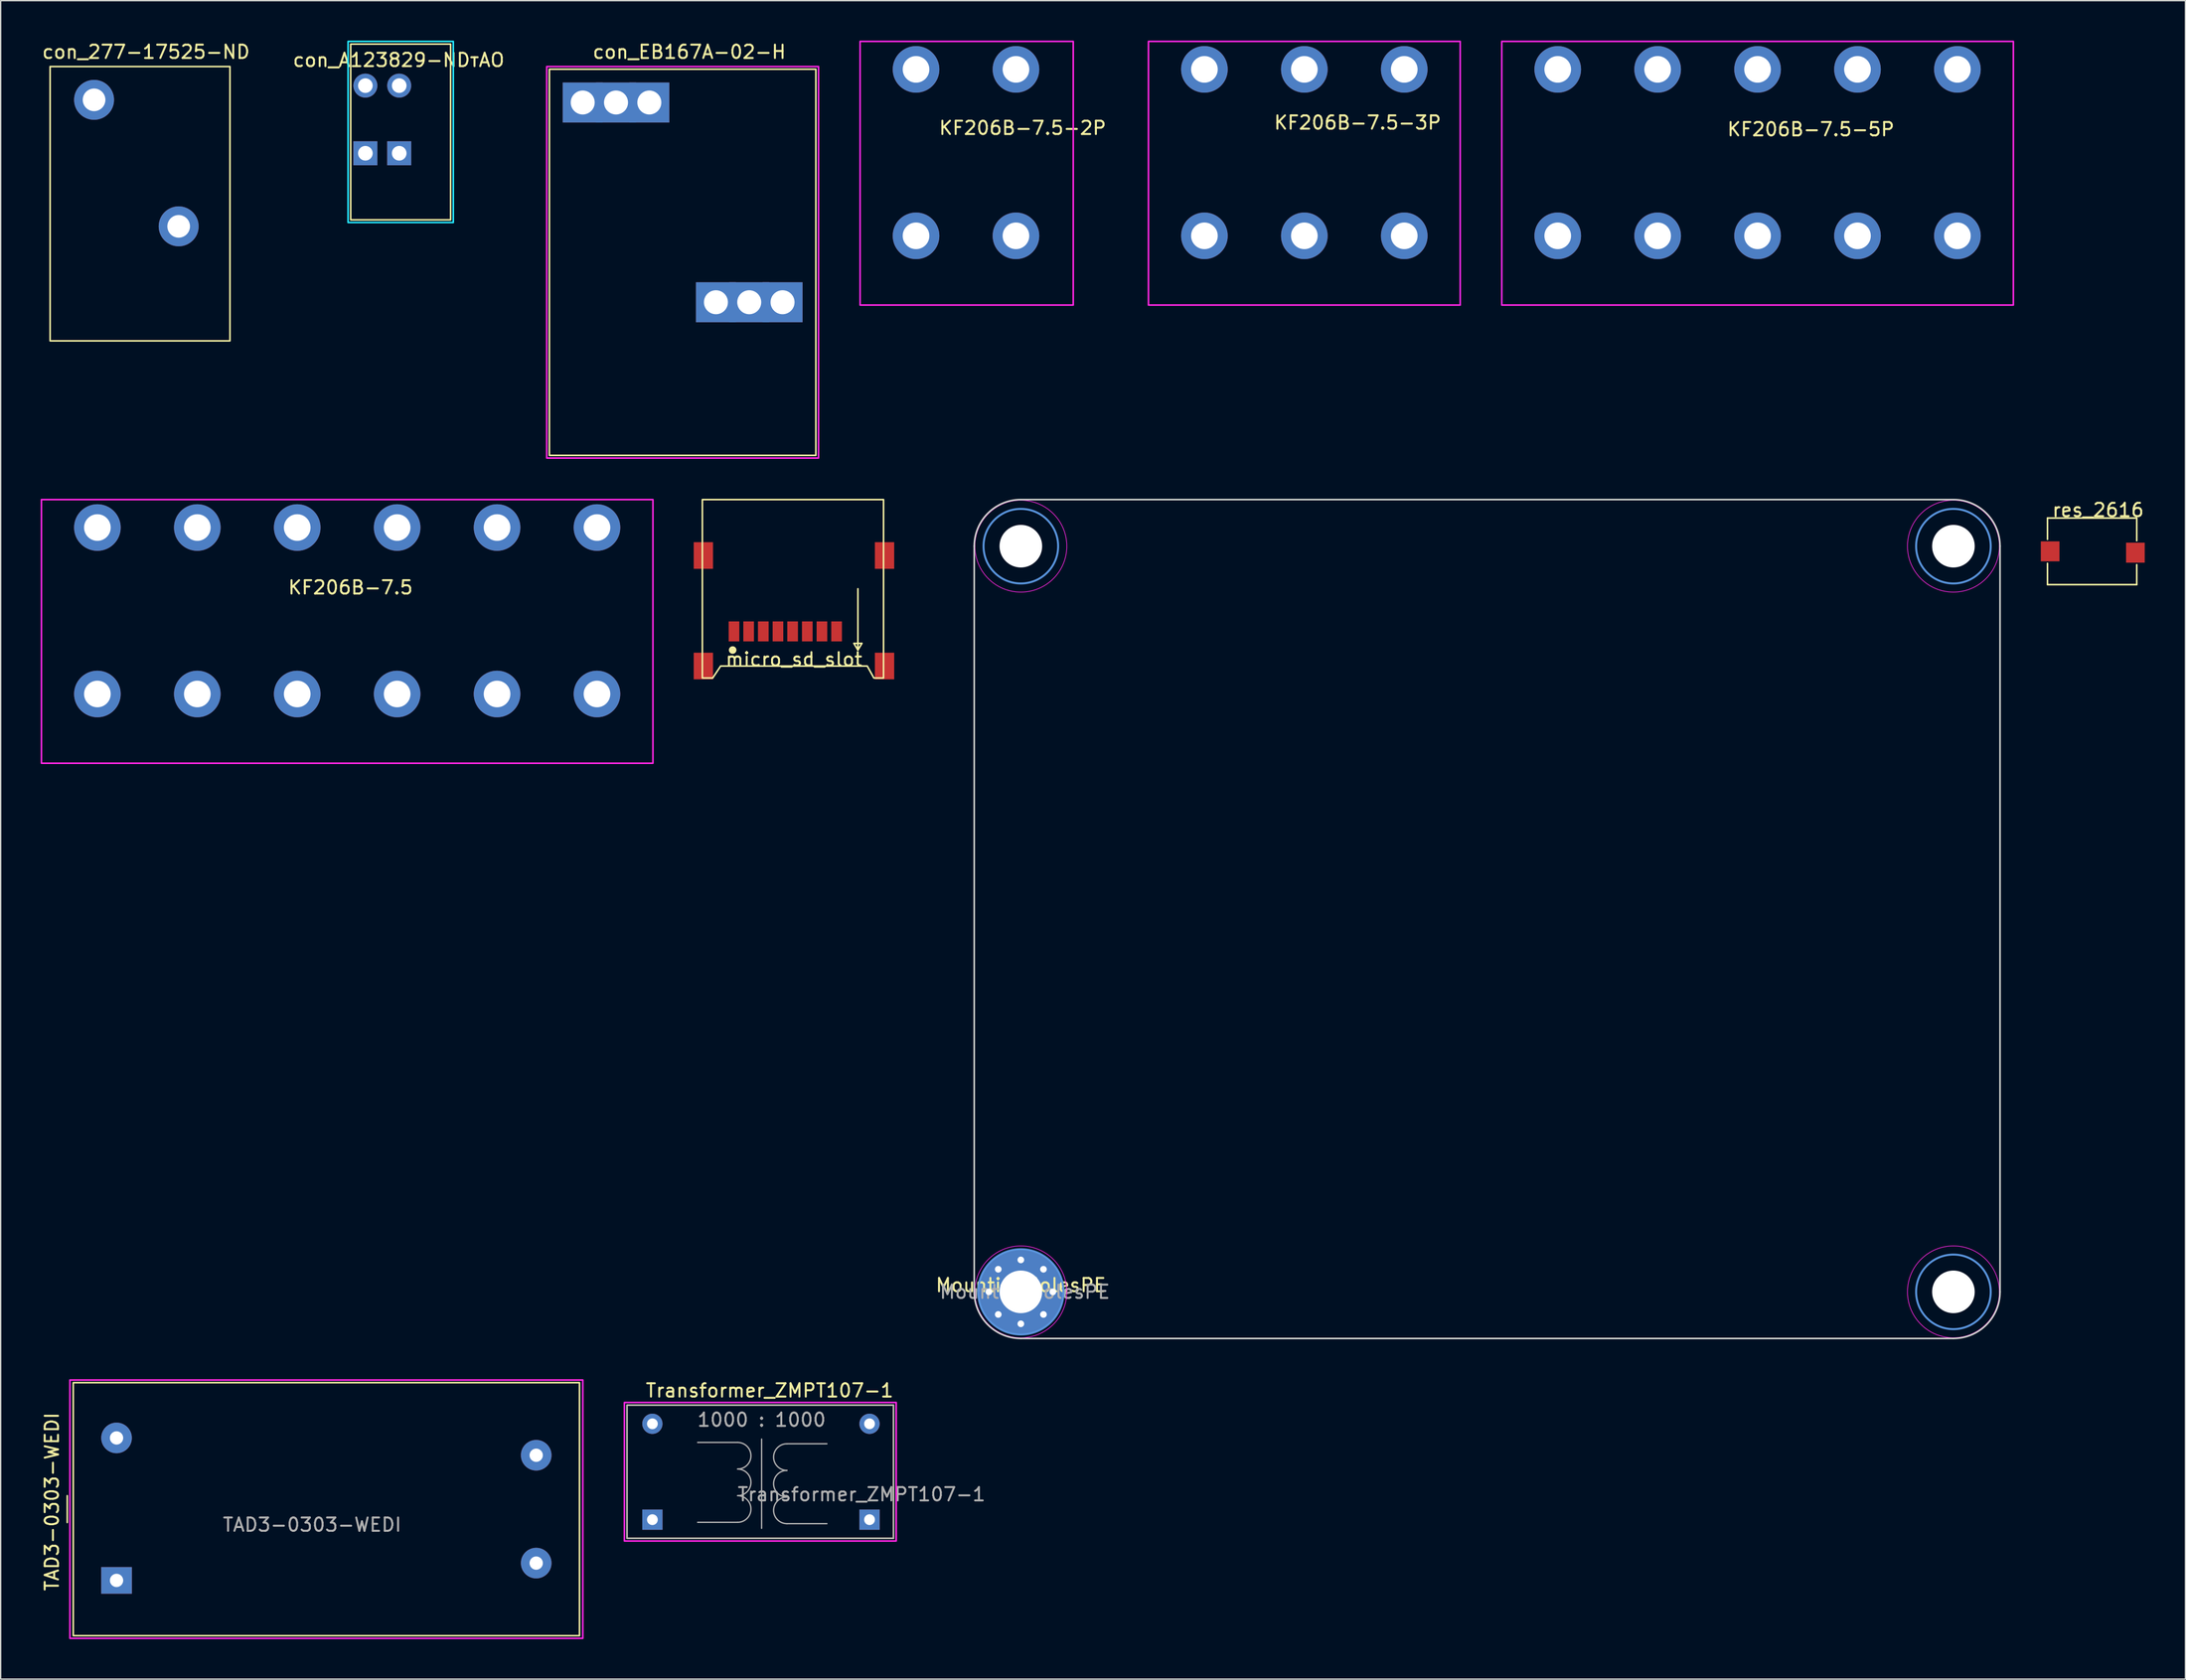
<source format=kicad_pcb>
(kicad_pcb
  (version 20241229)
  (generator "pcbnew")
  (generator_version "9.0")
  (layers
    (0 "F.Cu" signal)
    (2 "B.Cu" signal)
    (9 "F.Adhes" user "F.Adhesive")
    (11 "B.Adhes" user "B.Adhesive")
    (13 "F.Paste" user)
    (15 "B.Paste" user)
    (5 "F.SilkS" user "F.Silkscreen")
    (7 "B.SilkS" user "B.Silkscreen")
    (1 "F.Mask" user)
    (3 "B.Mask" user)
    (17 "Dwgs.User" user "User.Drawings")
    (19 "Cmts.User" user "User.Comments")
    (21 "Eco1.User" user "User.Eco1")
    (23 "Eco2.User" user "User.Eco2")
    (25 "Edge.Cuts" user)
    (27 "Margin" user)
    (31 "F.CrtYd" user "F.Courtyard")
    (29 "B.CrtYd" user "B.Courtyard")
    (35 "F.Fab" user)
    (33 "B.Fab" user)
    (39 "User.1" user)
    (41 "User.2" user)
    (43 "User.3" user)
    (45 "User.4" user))
  (footprint "con_277-17525-ND"
    (layer "F.Cu")
    (at 7.611 11.348)
    (property "Reference" "con_277-17525-ND" (at 0.3 -10.5 0) (unlocked yes) (layer "F.SilkS") (effects (font (size 1 1) (thickness 0.15))))
    (fp_rect (start -6.9 -9.4) (end 6.6 11.2) (stroke (width 0.12) (type solid)) (fill no) (layer "F.SilkS"))
    (pad "1" thru_hole circle (at -3.6 -6.9) (size 3 3) (drill 1.7) (layers "*.Cu" "*.Mask"))
    (pad "2" thru_hole circle (at 2.75 2.6) (size 3 3) (drill 1.7) (layers "*.Cu" "*.Mask")))
  (footprint "KF206B-7.5-2P"
    (layer "F.Cu")
    (at 69.709 8.96)
    (property "Reference" "KF206B-7.5-2P" (at 4 -2.4 0) (unlocked yes) (layer "F.SilkS") (effects (font (size 1 1) (thickness 0.15))))
    (fp_rect (start -8.2 -8.9) (end 7.8 10.9) (stroke (width 0.12) (type solid)) (fill no) (layer "F.CrtYd"))
    (pad "1" thru_hole circle (at -4 -6.8) (size 3.5 3.5) (drill 2) (layers "*.Cu" "*.Mask"))
    (pad "1" thru_hole circle (at -4 5.7) (size 3.5 3.5) (drill 2) (layers "*.Cu" "*.Mask"))
    (pad "2" thru_hole circle (at 3.5 -6.8) (size 3.5 3.5) (drill 2) (layers "*.Cu" "*.Mask"))
    (pad "2" thru_hole circle (at 3.5 5.7) (size 3.5 3.5) (drill 2) (layers "*.Cu" "*.Mask")))
  (footprint "res_2616"
    (layer "F.Cu")
    (at 154.136 38.356)
    (property "Reference" "res_2616" (at 0.3 -3.1 0) (unlocked yes) (layer "F.SilkS") (effects (font (size 1 1) (thickness 0.15))))
    (fp_line (start -3.5 -2.5) (end -3.5 -0.9) (stroke (width 0.12) (type solid)) (layer "F.SilkS"))
    (fp_line (start -3.5 -2.5) (end 3.2 -2.5) (stroke (width 0.12) (type solid)) (layer "F.SilkS"))
    (fp_line (start -3.5 2.5) (end -3.5 0.9) (stroke (width 0.12) (type solid)) (layer "F.SilkS"))
    (fp_line (start -3.5 2.5) (end 3.2 2.5) (stroke (width 0.12) (type solid)) (layer "F.SilkS"))
    (fp_line (start 3.2 -2.5) (end 3.2 -0.8) (stroke (width 0.12) (type solid)) (layer "F.SilkS"))
    (fp_line (start 3.2 2.5) (end 3.2 1) (stroke (width 0.12) (type solid)) (layer "F.SilkS"))
    (pad "1" smd rect (at -3.3 0) (size 1.4 1.5) (layers "F.Cu" "F.Mask" "F.Paste"))
    (pad "2" smd rect (at 3.1 0.1) (size 1.4 1.5) (layers "F.Cu" "F.Mask" "F.Paste")))
  (footprint "micro_sd_slot"
    (layer "F.Cu")
    (at 56.545 46.968)
    (property "Reference" "micro_sd_slot" (at 0 -0.5 0) (unlocked yes) (layer "F.SilkS") (effects (font (size 1 1) (thickness 0.15))))
    (fp_line (start 4.5 -1.7) (end 5.1 -1.7) (stroke (width 0.12) (type solid)) (layer "F.SilkS"))
    (fp_line (start 4.8 -5.8) (end 4.8 -1.2) (stroke (width 0.12) (type solid)) (layer "F.SilkS"))
    (fp_line (start 4.8 -1.2) (end 4.5 -1.7) (stroke (width 0.12) (type solid)) (layer "F.SilkS"))
    (fp_line (start 5.1 -1.7) (end 4.8 -1.2) (stroke (width 0.12) (type solid)) (layer "F.SilkS"))
    (fp_circle (center -4.6 -1.2) (end -4.376 -1.2) (stroke (width 0.12) (type solid)) (fill yes) (layer "F.SilkS"))
    (fp_poly (pts (xy 6.725 0.9) (xy 6 0.9) (xy 5.5 0) (xy -5.5 0) (xy -6.1 0.9) (xy -6.875 0.9) (xy -6.875 -12.5) (xy 6.725 -12.5)) (stroke (width 0.12) (type solid)) (fill no) (layer "F.SilkS"))
    (pad "1" smd rect (at -4.5 -2.6) (size 0.8 1.5) (layers "F.Cu" "F.Mask" "F.Paste"))
    (pad "2" smd rect (at -3.4 -2.6) (size 0.8 1.5) (layers "F.Cu" "F.Mask" "F.Paste"))
    (pad "3" smd rect (at -2.3 -2.6) (size 0.8 1.5) (layers "F.Cu" "F.Mask" "F.Paste"))
    (pad "4" smd rect (at -1.2 -2.6) (size 0.8 1.5) (layers "F.Cu" "F.Mask" "F.Paste"))
    (pad "5" smd rect (at -0.1 -2.6) (size 0.8 1.5) (layers "F.Cu" "F.Mask" "F.Paste"))
    (pad "6" smd rect (at 1 -2.6) (size 0.8 1.5) (layers "F.Cu" "F.Mask" "F.Paste"))
    (pad "7" smd rect (at 2.1 -2.6) (size 0.8 1.5) (layers "F.Cu" "F.Mask" "F.Paste"))
    (pad "8" smd rect (at 3.2 -2.6) (size 0.8 1.5) (layers "F.Cu" "F.Mask" "F.Paste"))
    (pad "9" smd rect (at -6.8 -8.3) (size 1.45 2) (layers "F.Cu" "F.Mask" "F.Paste"))
    (pad "9" smd rect (at -6.8 0) (size 1.45 2) (layers "F.Cu" "F.Mask" "F.Paste"))
    (pad "9" smd rect (at 6.8 -8.3) (size 1.45 2) (layers "F.Cu" "F.Mask" "F.Paste"))
    (pad "9" smd rect (at 6.8 0) (size 1.45 2) (layers "F.Cu" "F.Mask" "F.Paste")))
  (footprint "TAD3-0303-WEDI"
    (layer "F.Cu")
    (at 5.698 110.288)
    (property "Reference" "TAD3-0303-WEDI" (at -4.85 -0.56 90) (layer "F.SilkS") (effects (font (size 1 1) (thickness 0.15))))
    (attr through_hole)
    (fp_line (start -3.7 -1.01) (end -3.7 1) (stroke (width 0.12) (type solid)) (layer "F.SilkS"))
    (fp_rect (start -3.25 -9.5) (end 34.75 9.5) (stroke (width 0.12) (type solid)) (fill no) (layer "F.SilkS"))
    (fp_rect (start -3.5 -9.7) (end 35 9.7) (stroke (width 0.12) (type solid)) (fill no) (layer "F.CrtYd"))
    (fp_text user "${REFERENCE}" (at 14.68 1.17 0) (layer "F.Fab") (effects (font (size 1 1) (thickness 0.15))))
    (pad "1" thru_hole rect (at 0 5.35) (size 2.3 2) (drill 1) (layers "*.Cu" "*.Mask"))
    (pad "2" thru_hole circle (at 0 -5.35) (size 2.3 2.3) (drill 1) (layers "*.Cu" "*.Mask"))
    (pad "3" thru_hole circle (at 31.5 4.05) (size 2.3 2.3) (drill 1) (layers "*.Cu" "*.Mask"))
    (pad "4" thru_hole circle (at 31.5 -4.05) (size 2.3 2.3) (drill 1) (layers "*.Cu" "*.Mask")))
  (footprint "KF206B-7.5-3P"
    (layer "F.Cu")
    (at 94.855 8.56)
    (property "Reference" "KF206B-7.5-3P" (at 4 -2.4 0) (unlocked yes) (layer "F.SilkS") (effects (font (size 1 1) (thickness 0.15))))
    (fp_rect (start -11.7 -8.5) (end 11.7 11.3) (stroke (width 0.12) (type solid)) (fill no) (layer "F.CrtYd"))
    (pad "1" thru_hole circle (at -7.5 -6.4) (size 3.5 3.5) (drill 2) (layers "*.Cu" "*.Mask"))
    (pad "1" thru_hole circle (at -7.5 6.1) (size 3.5 3.5) (drill 2) (layers "*.Cu" "*.Mask"))
    (pad "2" thru_hole circle (at 0 -6.4) (size 3.5 3.5) (drill 2) (layers "*.Cu" "*.Mask"))
    (pad "2" thru_hole circle (at 0 6.1) (size 3.5 3.5) (drill 2) (layers "*.Cu" "*.Mask"))
    (pad "3" thru_hole circle (at 7.5 -6.4) (size 3.5 3.5) (drill 2) (layers "*.Cu" "*.Mask"))
    (pad "3" thru_hole circle (at 7.5 6.1) (size 3.5 3.5) (drill 2) (layers "*.Cu" "*.Mask")))
  (footprint "KF206B-7.5-5P"
    (layer "F.Cu")
    (at 128.875 9.06)
    (property "Reference" "KF206B-7.5-5P" (at 4 -2.4 0) (unlocked yes) (layer "F.SilkS") (effects (font (size 1 1) (thickness 0.15))))
    (fp_rect (start -19.2 -9) (end 19.2 10.8) (stroke (width 0.12) (type solid)) (fill no) (layer "F.CrtYd"))
    (pad "1" thru_hole circle (at -15 -6.9) (size 3.5 3.5) (drill 2) (layers "*.Cu" "*.Mask"))
    (pad "1" thru_hole circle (at -15 5.6) (size 3.5 3.5) (drill 2) (layers "*.Cu" "*.Mask"))
    (pad "2" thru_hole circle (at -7.5 -6.9) (size 3.5 3.5) (drill 2) (layers "*.Cu" "*.Mask"))
    (pad "2" thru_hole circle (at -7.5 5.6) (size 3.5 3.5) (drill 2) (layers "*.Cu" "*.Mask"))
    (pad "3" thru_hole circle (at 0 -6.9) (size 3.5 3.5) (drill 2) (layers "*.Cu" "*.Mask"))
    (pad "3" thru_hole circle (at 0 5.6) (size 3.5 3.5) (drill 2) (layers "*.Cu" "*.Mask"))
    (pad "4" thru_hole circle (at 7.5 -6.9) (size 3.5 3.5) (drill 2) (layers "*.Cu" "*.Mask"))
    (pad "4" thru_hole circle (at 7.5 5.6) (size 3.5 3.5) (drill 2) (layers "*.Cu" "*.Mask"))
    (pad "5" thru_hole circle (at 15 -6.9) (size 3.5 3.5) (drill 2) (layers "*.Cu" "*.Mask"))
    (pad "5" thru_hole circle (at 15 5.6) (size 3.5 3.5) (drill 2) (layers "*.Cu" "*.Mask")))
  (footprint "Transformer_ZMPT107-1"
    (layer "F.Cu")
    (at 45.918 111.076)
    (property "Reference" "Transformer_ZMPT107-1" (at 8.8 -9.7 0) (layer "F.SilkS") (effects (font (size 1 1) (thickness 0.15))))
    (attr through_hole)
    (fp_rect (start -1.9 -8.6) (end 18.1 1.4) (stroke (width 0.12) (type solid)) (fill no) (layer "F.SilkS"))
    (fp_rect (start -2.1 -8.8) (end 18.3 1.6) (stroke (width 0.12) (type solid)) (fill no) (layer "F.CrtYd"))
    (fp_line (start 3.4 -5.8) (end 6.4 -5.8) (stroke (width 0.1) (type solid)) (layer "F.Fab"))
    (fp_line (start 3.4 0.2) (end 6.4 0.2) (stroke (width 0.1) (type solid)) (layer "F.Fab"))
    (fp_line (start 8.2 -6.05) (end 8.2 0.65) (stroke (width 0.1) (type solid)) (layer "F.Fab"))
    (fp_line (start 13.1 -5.7) (end 10.1 -5.7) (stroke (width 0.1) (type solid)) (layer "F.Fab"))
    (fp_line (start 13.1 0.3) (end 10.1 0.3) (stroke (width 0.1) (type solid)) (layer "F.Fab"))
    (fp_rect (start -1.9 1.4) (end 18.1 -8.6) (stroke (width 0.1) (type solid)) (fill no) (layer "F.Fab"))
    (fp_arc (start 6.4 -5.8) (mid 7.4 -4.8) (end 6.4 -3.8) (stroke (width 0.1) (type solid)) (layer "F.Fab"))
    (fp_arc (start 6.4 -3.8) (mid 7.4 -2.8) (end 6.4 -1.8) (stroke (width 0.1) (type solid)) (layer "F.Fab"))
    (fp_arc (start 6.4 -1.8) (mid 7.4 -0.8) (end 6.4 0.2) (stroke (width 0.1) (type solid)) (layer "F.Fab"))
    (fp_arc (start 10.1 -3.7) (mid 9.1 -4.7) (end 10.1 -5.7) (stroke (width 0.1) (type solid)) (layer "F.Fab"))
    (fp_arc (start 10.1 -1.7) (mid 9.1 -2.7) (end 10.1 -3.7) (stroke (width 0.1) (type solid)) (layer "F.Fab"))
    (fp_arc (start 10.1 0.3) (mid 9.1 -0.7) (end 10.1 -1.7) (stroke (width 0.1) (type solid)) (layer "F.Fab"))
    (fp_text user "1000 : 1000" (at 8.2 -7.5 0) (unlocked yes) (layer "F.Fab") (effects (font (size 1 1) (thickness 0.15))))
    (fp_text user "${REFERENCE}" (at 15.7 -1.9 0) (layer "F.Fab") (effects (font (size 1 1) (thickness 0.15))))
    (pad "1" thru_hole rect (at 0 0) (size 1.52 1.52) (drill 0.81) (layers "*.Cu" "*.Mask"))
    (pad "2" thru_hole circle (at 0 -7.2) (size 1.52 1.52) (drill 0.81) (layers "*.Cu" "*.Mask"))
    (pad "3" thru_hole rect (at 16.3 0) (size 1.52 1.52) (drill 0.81) (layers "*.Cu" "*.Mask"))
    (pad "4" thru_hole circle (at 16.3 -7.2) (size 1.52 1.52) (drill 0.81) (layers "*.Cu" "*.Mask")))
  (footprint "con_EB167A-02-H"
    (layer "F.Cu")
    (at 48.189 16.148)
    (property "Reference" "con_EB167A-02-H" (at 0.5 -15.3 0) (unlocked yes) (layer "F.SilkS") (effects (font (size 1 1) (thickness 0.15))))
    (fp_rect (start -10 -14) (end 10 15) (stroke (width 0.12) (type solid)) (fill no) (layer "F.SilkS"))
    (fp_rect (start -10.2 -14.2) (end 10.2 15.2) (stroke (width 0.12) (type solid)) (fill no) (layer "F.CrtYd"))
    (pad "1" thru_hole rect (at -7.5 -11.5 90) (size 3 3) (drill 1.8) (layers "*.Cu" "*.Mask"))
    (pad "1" thru_hole rect (at -5 -11.5) (size 3 3) (drill 1.8) (layers "*.Cu" "*.Mask"))
    (pad "1" thru_hole rect (at -2.5 -11.5) (size 3 3) (drill 1.8) (layers "*.Cu" "*.Mask"))
    (pad "2" thru_hole rect (at 2.5 3.5 90) (size 3 3) (drill 1.8) (layers "*.Cu" "*.Mask"))
    (pad "2" thru_hole rect (at 5 3.5) (size 3 3) (drill 1.8) (layers "*.Cu" "*.Mask"))
    (pad "2" thru_hole rect (at 7.5 3.5) (size 3 3) (drill 1.8) (layers "*.Cu" "*.Mask")))
  (footprint "con_A123829-NDтАО"
    (layer "F.Cu")
    (at 24.375 8.46)
    (property "Reference" "con_A123829-NDтАО" (at 2.5 -7 0) (unlocked yes) (layer "F.SilkS") (effects (font (size 1 1) (thickness 0.15))))
    (fp_rect (start 6.4 -8.2) (end -1.1 5) (stroke (width 0.12) (type solid)) (fill no) (layer "F.SilkS"))
    (fp_rect (start -1.3 -8.4) (end 6.6 5.2) (stroke (width 0.12) (type solid)) (fill no) (layer "B.CrtYd"))
    (pad "1" thru_hole circle (at 0 -5.08) (size 1.8 1.8) (drill 1.1) (layers "*.Cu" "*.Mask"))
    (pad "1" thru_hole rect (at 0 0) (size 1.8 1.8) (drill 1.1) (layers "*.Cu" "*.Mask"))
    (pad "2" thru_hole circle (at 2.54 -5.08) (size 1.8 1.8) (drill 1.1) (layers "*.Cu" "*.Mask"))
    (pad "2" thru_hole rect (at 2.54 0) (size 1.8 1.8) (drill 1.1) (layers "*.Cu" "*.Mask")))
  (footprint "KF206B-7.5"
    (layer "F.Cu")
    (at 22.96 44.468)
    (property "Reference" "KF206B-7.5" (at 0.3 -3.4 0) (unlocked yes) (layer "F.SilkS") (effects (font (size 1 1) (thickness 0.15))))
    (fp_rect (start -22.9 -10) (end 23 9.8) (stroke (width 0.12) (type solid)) (fill no) (layer "F.CrtYd"))
    (pad "1" thru_hole circle (at -18.7 -7.9) (size 3.5 3.5) (drill 2) (layers "*.Cu" "*.Mask"))
    (pad "1" thru_hole circle (at -18.7 4.6) (size 3.5 3.5) (drill 2) (layers "*.Cu" "*.Mask"))
    (pad "2" thru_hole circle (at -11.2 -7.9) (size 3.5 3.5) (drill 2) (layers "*.Cu" "*.Mask"))
    (pad "2" thru_hole circle (at -11.2 4.6) (size 3.5 3.5) (drill 2) (layers "*.Cu" "*.Mask"))
    (pad "3" thru_hole circle (at -3.7 -7.9) (size 3.5 3.5) (drill 2) (layers "*.Cu" "*.Mask"))
    (pad "3" thru_hole circle (at -3.7 4.6) (size 3.5 3.5) (drill 2) (layers "*.Cu" "*.Mask"))
    (pad "4" thru_hole circle (at 3.8 -7.9) (size 3.5 3.5) (drill 2) (layers "*.Cu" "*.Mask"))
    (pad "4" thru_hole circle (at 3.8 4.6) (size 3.5 3.5) (drill 2) (layers "*.Cu" "*.Mask"))
    (pad "5" thru_hole circle (at 11.3 -7.9) (size 3.5 3.5) (drill 2) (layers "*.Cu" "*.Mask"))
    (pad "5" thru_hole circle (at 11.3 4.6) (size 3.5 3.5) (drill 2) (layers "*.Cu" "*.Mask"))
    (pad "6" thru_hole circle (at 18.8 -7.9) (size 3.5 3.5) (drill 2) (layers "*.Cu" "*.Mask"))
    (pad "6" thru_hole circle (at 18.8 4.6) (size 3.5 3.5) (drill 2) (layers "*.Cu" "*.Mask")))
  (footprint "MountingHolesPE"
    (layer "F.Cu")
    (at 73.576 93.968)
    (property "Reference" "MountingHolesPE" (at 0 -0.5 0) (unlocked yes) (layer "F.SilkS") (effects (font (size 1 1) (thickness 0.15))))
    (fp_circle (center 0 -56) (end 2.8 -56) (stroke (width 0.15) (type solid)) (fill no) (layer "Cmts.User"))
    (fp_circle (center 0 0) (end 3.2 0) (stroke (width 0.15) (type solid)) (fill no) (layer "Cmts.User"))
    (fp_circle (center 70 -56) (end 72.8 -56) (stroke (width 0.15) (type solid)) (fill no) (layer "Cmts.User"))
    (fp_circle (center 70 0) (end 72.8 0) (stroke (width 0.15) (type solid)) (fill no) (layer "Cmts.User"))
    (fp_line (start -3.5 0) (end -3.5 -56) (stroke (width 0.12) (type solid)) (layer "Edge.Cuts"))
    (fp_line (start 0 -59.5) (end 70 -59.5) (stroke (width 0.12) (type solid)) (layer "Edge.Cuts"))
    (fp_line (start 70 3.5) (end 0 3.5) (stroke (width 0.12) (type solid)) (layer "Edge.Cuts"))
    (fp_line (start 73.5 -56) (end 73.5 0) (stroke (width 0.12) (type solid)) (layer "Edge.Cuts"))
    (fp_arc (start -3.5 -56) (mid -2.474874 -58.474874) (end 0 -59.5) (stroke (width 0.12) (type solid)) (layer "Edge.Cuts"))
    (fp_arc (start 0 3.5) (mid -2.474874 2.474874) (end -3.5 0) (stroke (width 0.12) (type solid)) (layer "Edge.Cuts"))
    (fp_arc (start 70 -59.5) (mid 72.474874 -58.474874) (end 73.5 -56) (stroke (width 0.12) (type solid)) (layer "Edge.Cuts"))
    (fp_arc (start 73.5 0) (mid 72.474874 2.474874) (end 70 3.5) (stroke (width 0.12) (type solid)) (layer "Edge.Cuts"))
    (fp_circle (center 0 -56) (end 3.45 -56) (stroke (width 0.05) (type solid)) (fill no) (layer "F.CrtYd"))
    (fp_circle (center 0 0) (end 3.45 0) (stroke (width 0.05) (type solid)) (fill no) (layer "F.CrtYd"))
    (fp_circle (center 70 -56) (end 73.45 -56) (stroke (width 0.05) (type solid)) (fill no) (layer "F.CrtYd"))
    (fp_circle (center 70 0) (end 73.45 0) (stroke (width 0.05) (type solid)) (fill no) (layer "F.CrtYd"))
    (fp_text user "${REFERENCE}" (at 0.3 0 0) (layer "F.Fab") (effects (font (size 1 1) (thickness 0.15))))
    (pad "" np_thru_hole circle (at 0 -56) (size 3.2 3.2) (drill 3.2) (layers "*.Cu" "*.Mask"))
    (pad "" np_thru_hole circle (at 70 -56) (size 3.2 3.2) (drill 3.2) (layers "*.Cu" "*.Mask"))
    (pad "" np_thru_hole circle (at 70 0) (size 3.2 3.2) (drill 3.2) (layers "*.Cu" "*.Mask"))
    (pad "1" thru_hole circle (at -2.4 0) (size 0.8 0.8) (drill 0.5) (layers "*.Cu" "*.Mask"))
    (pad "1" thru_hole circle (at -1.697 -1.697) (size 0.8 0.8) (drill 0.5) (layers "*.Cu" "*.Mask"))
    (pad "1" thru_hole circle (at -1.697 1.697) (size 0.8 0.8) (drill 0.5) (layers "*.Cu" "*.Mask"))
    (pad "1" thru_hole circle (at 0 -2.4) (size 0.8 0.8) (drill 0.5) (layers "*.Cu" "*.Mask"))
    (pad "1" thru_hole circle (at 0 0) (size 6.4 6.4) (drill 3.2) (layers "*.Cu" "*.Mask"))
    (pad "1" thru_hole circle (at 0 2.4) (size 0.8 0.8) (drill 0.5) (layers "*.Cu" "*.Mask"))
    (pad "1" thru_hole circle (at 1.697 -1.697) (size 0.8 0.8) (drill 0.5) (layers "*.Cu" "*.Mask"))
    (pad "1" thru_hole circle (at 1.697 1.697) (size 0.8 0.8) (drill 0.5) (layers "*.Cu" "*.Mask"))
    (pad "1" thru_hole circle (at 2.4 0) (size 0.8 0.8) (drill 0.5) (layers "*.Cu" "*.Mask")))
  (gr_rect
    (start -3 -3)
    (end 160.99 123.048)
    (stroke (width 0.1) (type default))
    (fill no)
    (layer "Edge.Cuts")))
</source>
